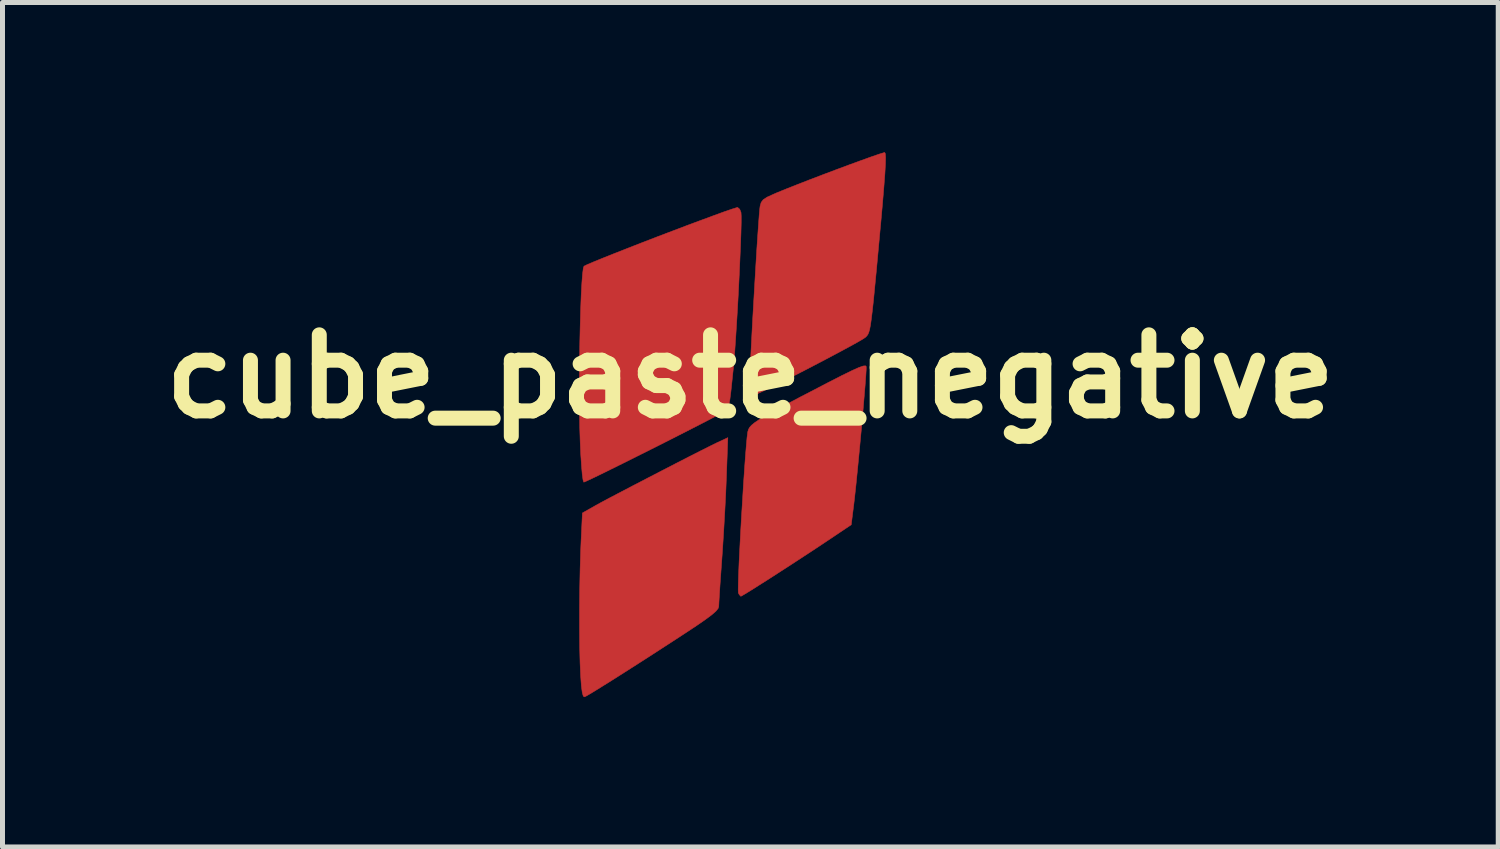
<source format=kicad_pcb>
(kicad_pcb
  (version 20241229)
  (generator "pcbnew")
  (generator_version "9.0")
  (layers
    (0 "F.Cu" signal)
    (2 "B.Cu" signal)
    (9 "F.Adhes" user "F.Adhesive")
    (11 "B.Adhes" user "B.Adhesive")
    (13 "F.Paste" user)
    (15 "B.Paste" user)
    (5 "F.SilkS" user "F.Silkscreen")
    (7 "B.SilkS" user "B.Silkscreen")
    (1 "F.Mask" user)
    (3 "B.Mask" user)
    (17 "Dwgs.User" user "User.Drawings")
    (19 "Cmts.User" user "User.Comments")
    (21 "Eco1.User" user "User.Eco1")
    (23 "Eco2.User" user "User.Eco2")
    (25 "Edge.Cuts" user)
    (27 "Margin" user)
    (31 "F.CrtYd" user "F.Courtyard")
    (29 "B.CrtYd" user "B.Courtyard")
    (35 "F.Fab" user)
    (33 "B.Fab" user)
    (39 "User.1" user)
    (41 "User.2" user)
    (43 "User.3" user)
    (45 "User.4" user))
  (footprint "cube_paste_negative"
    (layer "F.Cu")
    (at 8.172 4.492)
    (property "Reference" "cube_paste_negative" (at 3.81 0 0) (layer "F.SilkS") (effects (font (size 1.524 1.524) (thickness 0.3))))
    (attr through_hole)
    (fp_poly (pts (xy 3.329 2.022) (xy 3.316 2.343) (xy 3.297 2.713) (xy 3.275 3.097) (xy 3.252 3.462) (xy 3.238 3.663) (xy 3.219 3.928) (xy 3.202 4.169) (xy 3.189 4.371) (xy 3.18 4.52) (xy 3.176 4.601) (xy 3.176 4.605) (xy 3.163 4.647) (xy 3.12 4.7) (xy 3.039 4.771) (xy 2.912 4.866) (xy 2.73 4.992) (xy 2.485 5.154) (xy 2.445 5.18) (xy 2.148 5.373) (xy 1.85 5.566) (xy 1.559 5.753) (xy 1.285 5.928) (xy 1.037 6.085) (xy 0.824 6.218) (xy 0.656 6.322) (xy 0.54 6.391) (xy 0.489 6.418) (xy 0.463 6.404) (xy 0.442 6.333) (xy 0.424 6.196) (xy 0.409 5.986) (xy 0.398 5.733) (xy 0.39 5.415) (xy 0.387 5.049) (xy 0.387 4.656) (xy 0.391 4.253) (xy 0.399 3.859) (xy 0.41 3.493) (xy 0.418 3.304) (xy 0.445 2.734) (xy 0.699 2.59) (xy 0.815 2.526) (xy 0.993 2.431) (xy 1.218 2.313) (xy 1.478 2.177) (xy 1.759 2.031) (xy 2.047 1.882) (xy 2.33 1.736) (xy 2.593 1.601) (xy 2.824 1.484) (xy 3.009 1.391) (xy 3.135 1.329) (xy 3.15 1.322) (xy 3.358 1.225) (xy 3.329 2.022)) (stroke (width 0.01) (type solid)) (fill yes) (layer "F.Cu"))
    (fp_poly (pts (xy 6.13 -0.2) (xy 6.13 -0.141) (xy 6.122 -0.011) (xy 6.108 0.18) (xy 6.088 0.418) (xy 6.065 0.692) (xy 6.039 0.989) (xy 6.01 1.297) (xy 5.981 1.605) (xy 5.952 1.9) (xy 5.925 2.169) (xy 5.9 2.401) (xy 5.879 2.584) (xy 5.877 2.596) (xy 5.83 2.97) (xy 5.339 3.299) (xy 5.118 3.446) (xy 4.88 3.602) (xy 4.635 3.762) (xy 4.395 3.917) (xy 4.169 4.063) (xy 3.968 4.19) (xy 3.804 4.294) (xy 3.685 4.366) (xy 3.624 4.401) (xy 3.618 4.403) (xy 3.586 4.369) (xy 3.569 4.334) (xy 3.566 4.277) (xy 3.568 4.147) (xy 3.574 3.956) (xy 3.584 3.715) (xy 3.598 3.436) (xy 3.614 3.13) (xy 3.632 2.81) (xy 3.652 2.486) (xy 3.671 2.17) (xy 3.691 1.874) (xy 3.71 1.609) (xy 3.728 1.388) (xy 3.743 1.22) (xy 3.756 1.119) (xy 3.758 1.106) (xy 3.771 1.062) (xy 3.794 1.02) (xy 3.834 0.975) (xy 3.898 0.923) (xy 3.993 0.859) (xy 4.125 0.78) (xy 4.302 0.682) (xy 4.53 0.559) (xy 4.816 0.408) (xy 5.167 0.226) (xy 5.376 0.117) (xy 5.64 -0.018) (xy 5.838 -0.115) (xy 5.978 -0.178) (xy 6.068 -0.21) (xy 6.116 -0.214) (xy 6.13 -0.2)) (stroke (width 0.01) (type solid)) (fill yes) (layer "F.Cu"))
    (fp_poly (pts (xy 6.513 -4.463) (xy 6.518 -4.387) (xy 6.515 -4.254) (xy 6.504 -4.059) (xy 6.484 -3.796) (xy 6.456 -3.459) (xy 6.419 -3.045) (xy 6.415 -3.006) (xy 6.371 -2.528) (xy 6.334 -2.128) (xy 6.302 -1.798) (xy 6.276 -1.53) (xy 6.253 -1.319) (xy 6.233 -1.155) (xy 6.216 -1.033) (xy 6.199 -0.945) (xy 6.182 -0.885) (xy 6.164 -0.843) (xy 6.144 -0.815) (xy 6.122 -0.792) (xy 6.115 -0.785) (xy 6.056 -0.746) (xy 5.935 -0.676) (xy 5.764 -0.582) (xy 5.554 -0.469) (xy 5.318 -0.344) (xy 5.066 -0.212) (xy 4.811 -0.08) (xy 4.563 0.046) (xy 4.336 0.16) (xy 4.14 0.257) (xy 3.988 0.329) (xy 3.89 0.372) (xy 3.861 0.381) (xy 3.798 0.352) (xy 3.792 0.344) (xy 3.79 0.296) (xy 3.793 0.174) (xy 3.8 -0.012) (xy 3.81 -0.251) (xy 3.824 -0.532) (xy 3.84 -0.845) (xy 3.858 -1.18) (xy 3.878 -1.526) (xy 3.898 -1.872) (xy 3.918 -2.208) (xy 3.937 -2.523) (xy 3.956 -2.808) (xy 3.973 -3.051) (xy 3.987 -3.242) (xy 3.999 -3.37) (xy 4.005 -3.416) (xy 4.026 -3.487) (xy 4.067 -3.542) (xy 4.147 -3.594) (xy 4.283 -3.656) (xy 4.348 -3.684) (xy 4.535 -3.76) (xy 4.76 -3.849) (xy 5.012 -3.947) (xy 5.279 -4.049) (xy 5.547 -4.15) (xy 5.805 -4.246) (xy 6.039 -4.331) (xy 6.239 -4.403) (xy 6.39 -4.455) (xy 6.482 -4.483) (xy 6.501 -4.487) (xy 6.513 -4.463)) (stroke (width 0.01) (type solid)) (fill yes) (layer "F.Cu"))
    (fp_poly (pts (xy 3.596 -3.351) (xy 3.622 -3.286) (xy 3.626 -3.218) (xy 3.626 -3.077) (xy 3.621 -2.876) (xy 3.612 -2.625) (xy 3.6 -2.337) (xy 3.586 -2.024) (xy 3.57 -1.697) (xy 3.552 -1.368) (xy 3.533 -1.049) (xy 3.514 -0.752) (xy 3.496 -0.488) (xy 3.478 -0.271) (xy 3.469 -0.169) (xy 3.44 0.109) (xy 3.418 0.316) (xy 3.399 0.462) (xy 3.38 0.561) (xy 3.358 0.625) (xy 3.331 0.665) (xy 3.294 0.694) (xy 3.246 0.723) (xy 3.17 0.766) (xy 3.033 0.839) (xy 2.846 0.936) (xy 2.62 1.052) (xy 2.365 1.182) (xy 2.091 1.321) (xy 1.809 1.463) (xy 1.529 1.603) (xy 1.261 1.737) (xy 1.016 1.858) (xy 0.805 1.962) (xy 0.637 2.043) (xy 0.523 2.096) (xy 0.473 2.117) (xy 0.473 2.117) (xy 0.458 2.076) (xy 0.442 1.963) (xy 0.427 1.788) (xy 0.412 1.564) (xy 0.401 1.323) (xy 0.392 1.044) (xy 0.387 0.728) (xy 0.384 0.387) (xy 0.385 0.03) (xy 0.388 -0.333) (xy 0.393 -0.69) (xy 0.401 -1.033) (xy 0.41 -1.351) (xy 0.421 -1.634) (xy 0.434 -1.872) (xy 0.448 -2.053) (xy 0.463 -2.17) (xy 0.477 -2.21) (xy 0.542 -2.242) (xy 0.674 -2.298) (xy 0.863 -2.375) (xy 1.096 -2.468) (xy 1.363 -2.573) (xy 1.655 -2.687) (xy 1.958 -2.804) (xy 2.264 -2.92) (xy 2.561 -3.033) (xy 2.839 -3.136) (xy 3.085 -3.227) (xy 3.291 -3.302) (xy 3.445 -3.355) (xy 3.536 -3.383) (xy 3.554 -3.387) (xy 3.596 -3.351)) (stroke (width 0.01) (type solid)) (fill yes) (layer "F.Cu"))
    (fp_poly (pts (xy 3.329 2.022) (xy 3.316 2.343) (xy 3.297 2.713) (xy 3.275 3.097) (xy 3.252 3.462) (xy 3.238 3.663) (xy 3.219 3.928) (xy 3.202 4.169) (xy 3.189 4.371) (xy 3.18 4.52) (xy 3.176 4.601) (xy 3.176 4.605) (xy 3.163 4.647) (xy 3.12 4.7) (xy 3.039 4.771) (xy 2.912 4.866) (xy 2.73 4.992) (xy 2.485 5.154) (xy 2.445 5.18) (xy 2.148 5.373) (xy 1.85 5.566) (xy 1.559 5.753) (xy 1.285 5.928) (xy 1.037 6.085) (xy 0.824 6.218) (xy 0.656 6.322) (xy 0.54 6.391) (xy 0.489 6.418) (xy 0.463 6.404) (xy 0.442 6.333) (xy 0.424 6.196) (xy 0.409 5.986) (xy 0.398 5.733) (xy 0.39 5.415) (xy 0.387 5.049) (xy 0.387 4.656) (xy 0.391 4.253) (xy 0.399 3.859) (xy 0.41 3.493) (xy 0.418 3.304) (xy 0.445 2.734) (xy 0.699 2.59) (xy 0.815 2.526) (xy 0.993 2.431) (xy 1.218 2.313) (xy 1.478 2.177) (xy 1.759 2.031) (xy 2.047 1.882) (xy 2.33 1.736) (xy 2.593 1.601) (xy 2.824 1.484) (xy 3.009 1.391) (xy 3.135 1.329) (xy 3.15 1.322) (xy 3.358 1.225) (xy 3.329 2.022)) (stroke (width 0.01) (type solid)) (fill yes) (layer "F.Paste"))
    (fp_poly (pts (xy 6.13 -0.2) (xy 6.13 -0.141) (xy 6.122 -0.011) (xy 6.108 0.18) (xy 6.088 0.418) (xy 6.065 0.692) (xy 6.039 0.989) (xy 6.01 1.297) (xy 5.981 1.605) (xy 5.952 1.9) (xy 5.925 2.169) (xy 5.9 2.401) (xy 5.879 2.584) (xy 5.877 2.596) (xy 5.83 2.97) (xy 5.339 3.299) (xy 5.118 3.446) (xy 4.88 3.602) (xy 4.635 3.762) (xy 4.395 3.917) (xy 4.169 4.063) (xy 3.968 4.19) (xy 3.804 4.294) (xy 3.685 4.366) (xy 3.624 4.401) (xy 3.618 4.403) (xy 3.586 4.369) (xy 3.569 4.334) (xy 3.566 4.277) (xy 3.568 4.147) (xy 3.574 3.956) (xy 3.584 3.715) (xy 3.598 3.436) (xy 3.614 3.13) (xy 3.632 2.81) (xy 3.652 2.486) (xy 3.671 2.17) (xy 3.691 1.874) (xy 3.71 1.609) (xy 3.728 1.388) (xy 3.743 1.22) (xy 3.756 1.119) (xy 3.758 1.106) (xy 3.771 1.062) (xy 3.794 1.02) (xy 3.834 0.975) (xy 3.898 0.923) (xy 3.993 0.859) (xy 4.125 0.78) (xy 4.302 0.682) (xy 4.53 0.559) (xy 4.816 0.408) (xy 5.167 0.226) (xy 5.376 0.117) (xy 5.64 -0.018) (xy 5.838 -0.115) (xy 5.978 -0.178) (xy 6.068 -0.21) (xy 6.116 -0.214) (xy 6.13 -0.2)) (stroke (width 0.01) (type solid)) (fill yes) (layer "F.Paste"))
    (fp_poly (pts (xy 6.513 -4.463) (xy 6.518 -4.387) (xy 6.515 -4.254) (xy 6.504 -4.059) (xy 6.484 -3.796) (xy 6.456 -3.459) (xy 6.419 -3.045) (xy 6.415 -3.006) (xy 6.371 -2.528) (xy 6.334 -2.128) (xy 6.302 -1.798) (xy 6.276 -1.53) (xy 6.253 -1.319) (xy 6.233 -1.155) (xy 6.216 -1.033) (xy 6.199 -0.945) (xy 6.182 -0.885) (xy 6.164 -0.843) (xy 6.144 -0.815) (xy 6.122 -0.792) (xy 6.115 -0.785) (xy 6.056 -0.746) (xy 5.935 -0.676) (xy 5.764 -0.582) (xy 5.554 -0.469) (xy 5.318 -0.344) (xy 5.066 -0.212) (xy 4.811 -0.08) (xy 4.563 0.046) (xy 4.336 0.16) (xy 4.14 0.257) (xy 3.988 0.329) (xy 3.89 0.372) (xy 3.861 0.381) (xy 3.798 0.352) (xy 3.792 0.344) (xy 3.79 0.296) (xy 3.793 0.174) (xy 3.8 -0.012) (xy 3.81 -0.251) (xy 3.824 -0.532) (xy 3.84 -0.845) (xy 3.858 -1.18) (xy 3.878 -1.526) (xy 3.898 -1.872) (xy 3.918 -2.208) (xy 3.937 -2.523) (xy 3.956 -2.808) (xy 3.973 -3.051) (xy 3.987 -3.242) (xy 3.999 -3.37) (xy 4.005 -3.416) (xy 4.026 -3.487) (xy 4.067 -3.542) (xy 4.147 -3.594) (xy 4.283 -3.656) (xy 4.348 -3.684) (xy 4.535 -3.76) (xy 4.76 -3.849) (xy 5.012 -3.947) (xy 5.279 -4.049) (xy 5.547 -4.15) (xy 5.805 -4.246) (xy 6.039 -4.331) (xy 6.239 -4.403) (xy 6.39 -4.455) (xy 6.482 -4.483) (xy 6.501 -4.487) (xy 6.513 -4.463)) (stroke (width 0.01) (type solid)) (fill yes) (layer "F.Paste"))
    (fp_poly (pts (xy 3.596 -3.351) (xy 3.622 -3.286) (xy 3.626 -3.218) (xy 3.626 -3.077) (xy 3.621 -2.876) (xy 3.612 -2.625) (xy 3.6 -2.337) (xy 3.586 -2.024) (xy 3.57 -1.697) (xy 3.552 -1.368) (xy 3.533 -1.049) (xy 3.514 -0.752) (xy 3.496 -0.488) (xy 3.478 -0.271) (xy 3.469 -0.169) (xy 3.44 0.109) (xy 3.418 0.316) (xy 3.399 0.462) (xy 3.38 0.561) (xy 3.358 0.625) (xy 3.331 0.665) (xy 3.294 0.694) (xy 3.246 0.723) (xy 3.17 0.766) (xy 3.033 0.839) (xy 2.846 0.936) (xy 2.62 1.052) (xy 2.365 1.182) (xy 2.091 1.321) (xy 1.809 1.463) (xy 1.529 1.603) (xy 1.261 1.737) (xy 1.016 1.858) (xy 0.805 1.962) (xy 0.637 2.043) (xy 0.523 2.096) (xy 0.473 2.117) (xy 0.473 2.117) (xy 0.458 2.076) (xy 0.442 1.963) (xy 0.427 1.788) (xy 0.412 1.564) (xy 0.401 1.323) (xy 0.392 1.044) (xy 0.387 0.728) (xy 0.384 0.387) (xy 0.385 0.03) (xy 0.388 -0.333) (xy 0.393 -0.69) (xy 0.401 -1.033) (xy 0.41 -1.351) (xy 0.421 -1.634) (xy 0.434 -1.872) (xy 0.448 -2.053) (xy 0.463 -2.17) (xy 0.477 -2.21) (xy 0.542 -2.242) (xy 0.674 -2.298) (xy 0.863 -2.375) (xy 1.096 -2.468) (xy 1.363 -2.573) (xy 1.655 -2.687) (xy 1.958 -2.804) (xy 2.264 -2.92) (xy 2.561 -3.033) (xy 2.839 -3.136) (xy 3.085 -3.227) (xy 3.291 -3.302) (xy 3.445 -3.355) (xy 3.536 -3.383) (xy 3.554 -3.387) (xy 3.596 -3.351)) (stroke (width 0.01) (type solid)) (fill yes) (layer "F.Paste")))
  (gr_rect
    (start -3 -3)
    (end 26.963 13.916)
    (stroke (width 0.1) (type default))
    (fill no)
    (layer "Edge.Cuts")))
</source>
